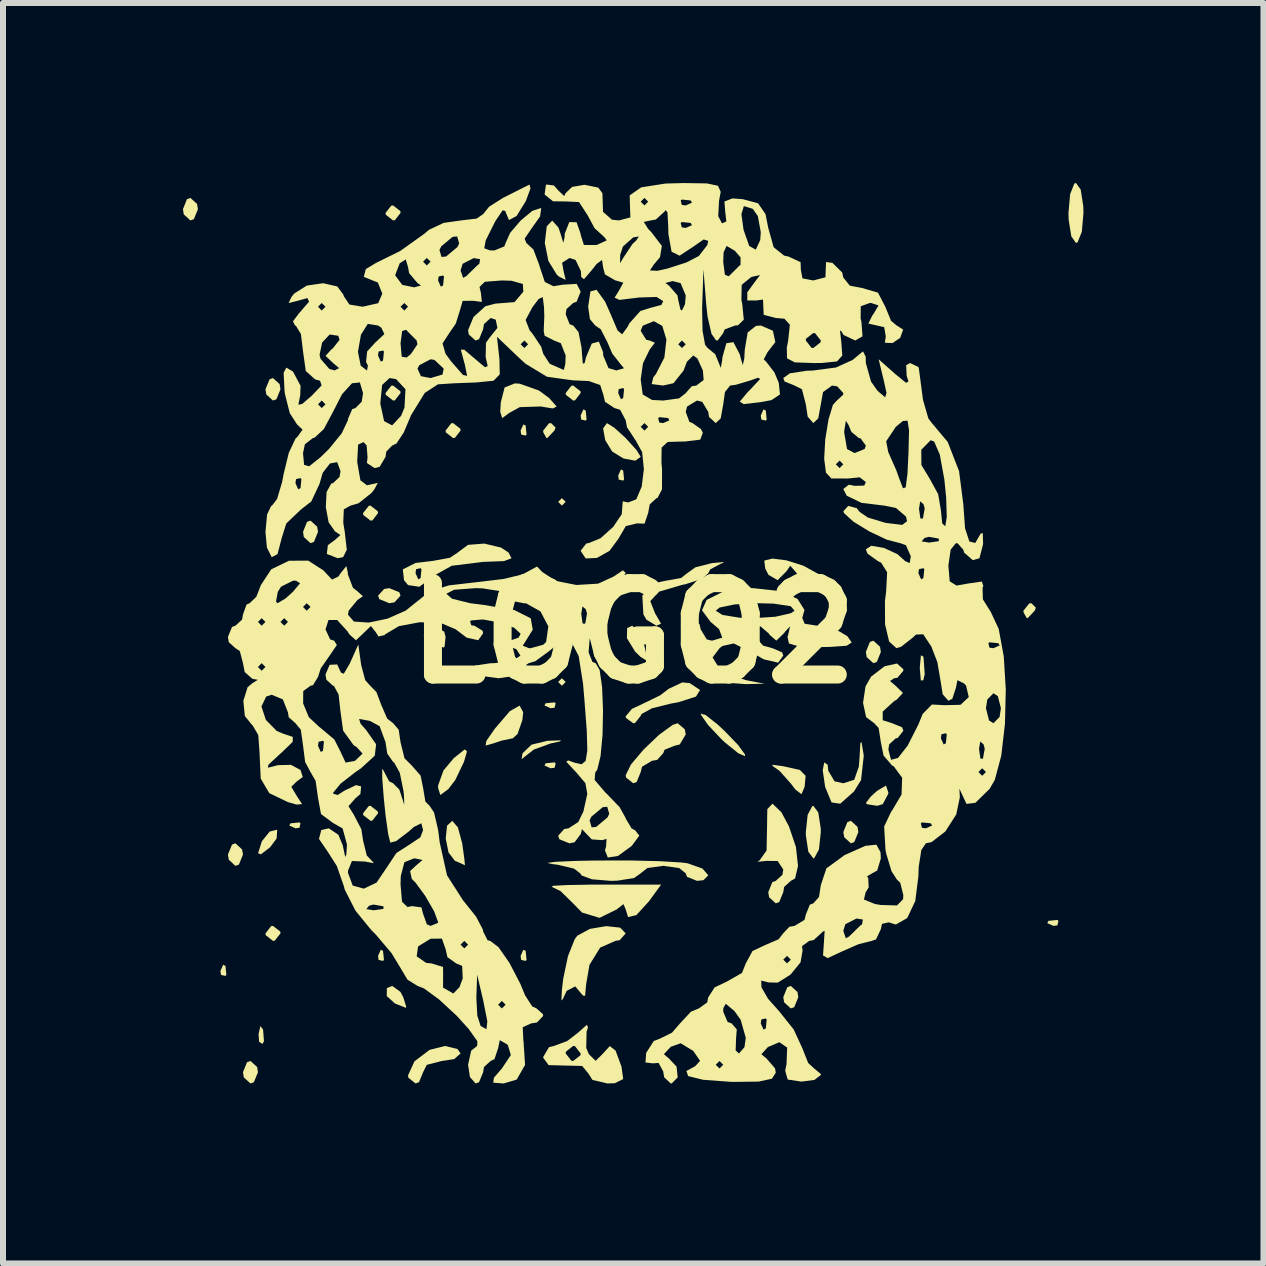
<source format=kicad_pcb>
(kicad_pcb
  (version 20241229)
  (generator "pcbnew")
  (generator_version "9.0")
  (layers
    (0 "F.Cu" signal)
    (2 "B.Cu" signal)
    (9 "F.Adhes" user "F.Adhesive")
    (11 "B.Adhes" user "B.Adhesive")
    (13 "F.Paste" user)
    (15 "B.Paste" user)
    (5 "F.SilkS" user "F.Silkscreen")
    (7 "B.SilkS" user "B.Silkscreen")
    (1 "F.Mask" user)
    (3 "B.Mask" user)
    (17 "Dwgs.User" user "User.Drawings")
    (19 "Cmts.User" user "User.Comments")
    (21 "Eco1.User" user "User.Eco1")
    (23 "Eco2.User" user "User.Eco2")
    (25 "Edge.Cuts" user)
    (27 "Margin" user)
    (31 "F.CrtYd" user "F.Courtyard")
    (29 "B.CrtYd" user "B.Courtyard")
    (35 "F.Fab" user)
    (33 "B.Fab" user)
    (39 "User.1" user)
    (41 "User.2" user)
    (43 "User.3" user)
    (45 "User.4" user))
  (footprint "LOGO2"
    (layer "F.Cu")
    (at 7.507 7.507)
    (property "Reference" "LOGO2" (at 0 0 0) (layer "F.SilkS") (effects (font (size 1.524 1.524) (thickness 0.3))))
    (attr board_only exclude_from_pos_files exclude_from_bom)
    (fp_poly (pts (xy -1.126 -2.19) (xy -1.189 -2.127) (xy -1.251 -2.19) (xy -1.189 -2.252)) (stroke (width 0) (type solid)) (fill yes) (layer "F.SilkS"))
    (fp_poly (pts (xy -1.126 0.813) (xy -1.189 0.876) (xy -1.251 0.813) (xy -1.189 0.751)) (stroke (width 0) (type solid)) (fill yes) (layer "F.SilkS"))
    (fp_poly (pts (xy -6.798 5.547) (xy -6.783 5.696) (xy -6.798 5.714) (xy -6.873 5.697) (xy -6.882 5.631) (xy -6.836 5.528)) (stroke (width 0) (type solid)) (fill yes) (layer "F.SilkS"))
    (fp_poly (pts (xy -6.171 6.608) (xy -6.156 6.804) (xy -6.181 6.848) (xy -6.237 6.811) (xy -6.246 6.684) (xy -6.216 6.55)) (stroke (width 0) (type solid)) (fill yes) (layer "F.SilkS"))
    (fp_poly (pts (xy -5.547 3.17) (xy -5.564 3.244) (xy -5.631 3.253) (xy -5.734 3.207) (xy -5.714 3.17) (xy -5.565 3.155)) (stroke (width 0) (type solid)) (fill yes) (layer "F.SilkS"))
    (fp_poly (pts (xy -4.171 5.297) (xy -4.156 5.445) (xy -4.171 5.464) (xy -4.245 5.447) (xy -4.254 5.38) (xy -4.208 5.277)) (stroke (width 0) (type solid)) (fill yes) (layer "F.SilkS"))
    (fp_poly (pts (xy -1.793 -3.462) (xy -1.778 -3.313) (xy -1.793 -3.295) (xy -1.868 -3.312) (xy -1.877 -3.378) (xy -1.831 -3.481)) (stroke (width 0) (type solid)) (fill yes) (layer "F.SilkS"))
    (fp_poly (pts (xy -1.793 5.297) (xy -1.778 5.445) (xy -1.793 5.464) (xy -1.868 5.447) (xy -1.877 5.38) (xy -1.831 5.277)) (stroke (width 0) (type solid)) (fill yes) (layer "F.SilkS"))
    (fp_poly (pts (xy -1.293 1.168) (xy -1.31 1.242) (xy -1.376 1.251) (xy -1.479 1.205) (xy -1.46 1.168) (xy -1.311 1.153)) (stroke (width 0) (type solid)) (fill yes) (layer "F.SilkS"))
    (fp_poly (pts (xy -1.293 2.169) (xy -1.31 2.243) (xy -1.376 2.252) (xy -1.479 2.206) (xy -1.46 2.169) (xy -1.311 2.154)) (stroke (width 0) (type solid)) (fill yes) (layer "F.SilkS"))
    (fp_poly (pts (xy -0.792 -3.712) (xy -0.777 -3.563) (xy -0.792 -3.545) (xy -0.867 -3.562) (xy -0.876 -3.629) (xy -0.83 -3.732)) (stroke (width 0) (type solid)) (fill yes) (layer "F.SilkS"))
    (fp_poly (pts (xy -0.167 -2.711) (xy -0.152 -2.563) (xy -0.167 -2.544) (xy -0.241 -2.561) (xy -0.25 -2.628) (xy -0.204 -2.731)) (stroke (width 0) (type solid)) (fill yes) (layer "F.SilkS"))
    (fp_poly (pts (xy 2.211 -3.712) (xy 2.225 -3.563) (xy 2.211 -3.545) (xy 2.136 -3.562) (xy 2.127 -3.629) (xy 2.173 -3.732)) (stroke (width 0) (type solid)) (fill yes) (layer "F.SilkS"))
    (fp_poly (pts (xy 7.09 4.796) (xy 7.073 4.871) (xy 7.007 4.88) (xy 6.904 4.834) (xy 6.923 4.796) (xy 7.072 4.781)) (stroke (width 0) (type solid)) (fill yes) (layer "F.SilkS"))
    (fp_poly (pts (xy -7.271 -7.156) (xy -7.257 -7.069) (xy -7.325 -6.903) (xy -7.382 -6.882) (xy -7.493 -6.983) (xy -7.507 -7.069) (xy -7.44 -7.236) (xy -7.382 -7.257)) (stroke (width 0) (type solid)) (fill yes) (layer "F.SilkS"))
    (fp_poly (pts (xy -6.521 3.605) (xy -6.506 3.691) (xy -6.574 3.858) (xy -6.632 3.879) (xy -6.743 3.777) (xy -6.757 3.691) (xy -6.689 3.525) (xy -6.632 3.503)) (stroke (width 0) (type solid)) (fill yes) (layer "F.SilkS"))
    (fp_poly (pts (xy -6.27 7.233) (xy -6.256 7.32) (xy -6.324 7.486) (xy -6.381 7.507) (xy -6.492 7.406) (xy -6.506 7.32) (xy -6.439 7.153) (xy -6.381 7.132)) (stroke (width 0) (type solid)) (fill yes) (layer "F.SilkS"))
    (fp_poly (pts (xy -5.935 3.282) (xy -5.945 3.423) (xy -6.054 3.569) (xy -6.207 3.687) (xy -6.254 3.669) (xy -6.191 3.469) (xy -6.061 3.307) (xy -5.941 3.277)) (stroke (width 0) (type solid)) (fill yes) (layer "F.SilkS"))
    (fp_poly (pts (xy -5.895 -4.153) (xy -5.881 -4.067) (xy -5.948 -3.9) (xy -6.006 -3.879) (xy -6.117 -3.98) (xy -6.131 -4.067) (xy -6.063 -4.233) (xy -6.006 -4.254)) (stroke (width 0) (type solid)) (fill yes) (layer "F.SilkS"))
    (fp_poly (pts (xy -5.884 4.975) (xy -5.881 5.005) (xy -5.976 5.126) (xy -6.006 5.13) (xy -6.127 5.035) (xy -6.131 5.005) (xy -6.036 4.883) (xy -6.006 4.88)) (stroke (width 0) (type solid)) (fill yes) (layer "F.SilkS"))
    (fp_poly (pts (xy -5.269 -1.776) (xy -5.255 -1.689) (xy -5.323 -1.523) (xy -5.38 -1.501) (xy -5.491 -1.603) (xy -5.505 -1.689) (xy -5.438 -1.856) (xy -5.38 -1.877)) (stroke (width 0) (type solid)) (fill yes) (layer "F.SilkS"))
    (fp_poly (pts (xy -4.258 -2.032) (xy -4.254 -2.002) (xy -4.349 -1.88) (xy -4.379 -1.877) (xy -4.501 -1.972) (xy -4.504 -2.002) (xy -4.409 -2.123) (xy -4.379 -2.127)) (stroke (width 0) (type solid)) (fill yes) (layer "F.SilkS"))
    (fp_poly (pts (xy -4.258 2.973) (xy -4.254 3.003) (xy -4.349 3.124) (xy -4.379 3.128) (xy -4.501 3.033) (xy -4.504 3.003) (xy -4.409 2.881) (xy -4.379 2.878)) (stroke (width 0) (type solid)) (fill yes) (layer "F.SilkS"))
    (fp_poly (pts (xy -3.9 -0.683) (xy -3.879 -0.626) (xy -3.98 -0.515) (xy -4.067 -0.5) (xy -4.233 -0.568) (xy -4.254 -0.626) (xy -4.153 -0.737) (xy -4.067 -0.751)) (stroke (width 0) (type solid)) (fill yes) (layer "F.SilkS"))
    (fp_poly (pts (xy -3.882 -7.037) (xy -3.879 -7.007) (xy -3.974 -6.885) (xy -4.004 -6.882) (xy -4.125 -6.977) (xy -4.129 -7.007) (xy -4.034 -7.128) (xy -4.004 -7.132)) (stroke (width 0) (type solid)) (fill yes) (layer "F.SilkS"))
    (fp_poly (pts (xy -3.882 -4.034) (xy -3.879 -4.004) (xy -3.974 -3.882) (xy -4.004 -3.879) (xy -4.125 -3.974) (xy -4.129 -4.004) (xy -4.034 -4.125) (xy -4.004 -4.129)) (stroke (width 0) (type solid)) (fill yes) (layer "F.SilkS"))
    (fp_poly (pts (xy -2.881 -3.408) (xy -2.878 -3.378) (xy -2.973 -3.257) (xy -3.003 -3.253) (xy -3.124 -3.348) (xy -3.128 -3.378) (xy -3.033 -3.5) (xy -3.003 -3.503)) (stroke (width 0) (type solid)) (fill yes) (layer "F.SilkS"))
    (fp_poly (pts (xy -1.294 -3.427) (xy -1.314 -3.378) (xy -1.426 -3.259) (xy -1.446 -3.253) (xy -1.5 -3.35) (xy -1.501 -3.378) (xy -1.405 -3.499) (xy -1.369 -3.503)) (stroke (width 0) (type solid)) (fill yes) (layer "F.SilkS"))
    (fp_poly (pts (xy -0.879 -4.034) (xy -0.876 -4.004) (xy -0.971 -3.882) (xy -1.001 -3.879) (xy -1.122 -3.974) (xy -1.126 -4.004) (xy -1.031 -4.125) (xy -1.001 -4.129)) (stroke (width 0) (type solid)) (fill yes) (layer "F.SilkS"))
    (fp_poly (pts (xy 2.739 5.982) (xy 2.753 6.068) (xy 2.685 6.235) (xy 2.628 6.256) (xy 2.517 6.155) (xy 2.502 6.068) (xy 2.57 5.902) (xy 2.628 5.881)) (stroke (width 0) (type solid)) (fill yes) (layer "F.SilkS"))
    (fp_poly (pts (xy 3.74 3.229) (xy 3.754 3.316) (xy 3.686 3.482) (xy 3.629 3.503) (xy 3.518 3.402) (xy 3.503 3.316) (xy 3.571 3.149) (xy 3.629 3.128)) (stroke (width 0) (type solid)) (fill yes) (layer "F.SilkS"))
    (fp_poly (pts (xy 4.115 0.226) (xy 4.129 0.313) (xy 4.062 0.479) (xy 4.004 0.5) (xy 3.893 0.399) (xy 3.879 0.313) (xy 3.946 0.146) (xy 4.004 0.125)) (stroke (width 0) (type solid)) (fill yes) (layer "F.SilkS"))
    (fp_poly (pts (xy 4.835 0.388) (xy 4.841 0.409) (xy 4.86 0.682) (xy 4.837 0.784) (xy 4.796 0.789) (xy 4.779 0.593) (xy 4.779 0.563) (xy 4.797 0.369)) (stroke (width 0) (type solid)) (fill yes) (layer "F.SilkS"))
    (fp_poly (pts (xy 6.714 -0.424) (xy 6.694 -0.375) (xy 6.582 -0.256) (xy 6.562 -0.25) (xy 6.508 -0.347) (xy 6.506 -0.375) (xy 6.603 -0.496) (xy 6.639 -0.5)) (stroke (width 0) (type solid)) (fill yes) (layer "F.SilkS"))
    (fp_poly (pts (xy -3.881 5.98) (xy -3.834 6.068) (xy -3.785 6.226) (xy -3.789 6.246) (xy -3.911 6.198) (xy -3.973 6.173) (xy -4.109 6.05) (xy -4.107 5.917) (xy -4.017 5.881)) (stroke (width 0) (type solid)) (fill yes) (layer "F.SilkS"))
    (fp_poly (pts (xy -3.15 -0.025) (xy -3.128 0.063) (xy -3.145 0.224) (xy -3.159 0.24) (xy -3.286 0.192) (xy -3.347 0.167) (xy -3.493 0.035) (xy -3.444 -0.094) (xy -3.316 -0.125)) (stroke (width 0) (type solid)) (fill yes) (layer "F.SilkS"))
    (fp_poly (pts (xy -1.221 1.805) (xy -1.376 1.838) (xy -1.656 1.94) (xy -1.793 2.046) (xy -1.861 2.101) (xy -1.845 2.002) (xy -1.695 1.858) (xy -1.429 1.794) (xy -1.205 1.786)) (stroke (width 0) (type solid)) (fill yes) (layer "F.SilkS"))
    (fp_poly (pts (xy 0.084 -0.024) (xy 0.182 0.191) (xy 0.229 0.393) (xy 0.214 0.451) (xy 0.121 0.394) (xy 0.031 0.305) (xy -0.105 0.083) (xy -0.101 -0.085) (xy -0.015 -0.125)) (stroke (width 0) (type solid)) (fill yes) (layer "F.SilkS"))
    (fp_poly (pts (xy 4.254 2.655) (xy 4.254 2.675) (xy 4.161 2.85) (xy 4.067 2.878) (xy 3.9 2.852) (xy 3.879 2.831) (xy 3.962 2.723) (xy 4.067 2.628) (xy 4.215 2.54)) (stroke (width 0) (type solid)) (fill yes) (layer "F.SilkS"))
    (fp_poly (pts (xy -2.771 1.97) (xy -2.821 2.144) (xy -2.966 2.447) (xy -3.082 2.599) (xy -3.216 2.698) (xy -3.253 2.579) (xy -3.253 2.539) (xy -3.163 2.288) (xy -2.992 2.084) (xy -2.808 1.937)) (stroke (width 0) (type solid)) (fill yes) (layer "F.SilkS"))
    (fp_poly (pts (xy -0.314 -3.425) (xy -0.125 -3.253) (xy 0.057 -3.052) (xy 0.125 -2.94) (xy 0.035 -2.876) (xy -0.162 -2.913) (xy -0.35 -3.028) (xy -0.466 -3.218) (xy -0.502 -3.414) (xy -0.438 -3.503)) (stroke (width 0) (type solid)) (fill yes) (layer "F.SilkS"))
    (fp_poly (pts (xy 2.502 2.218) (xy 2.78 2.281) (xy 2.875 2.378) (xy 2.858 2.562) (xy 2.806 2.684) (xy 2.704 2.607) (xy 2.634 2.514) (xy 2.444 2.299) (xy 2.322 2.212) (xy 2.323 2.194)) (stroke (width 0) (type solid)) (fill yes) (layer "F.SilkS"))
    (fp_poly (pts (xy -1.834 1.318) (xy -1.848 1.45) (xy -1.928 1.68) (xy -2.006 1.752) (xy -2.198 1.792) (xy -2.327 1.836) (xy -2.461 1.873) (xy -2.448 1.796) (xy -2.306 1.591) (xy -2.057 1.3) (xy -1.894 1.207)) (stroke (width 0) (type solid)) (fill yes) (layer "F.SilkS"))
    (fp_poly (pts (xy -2.923 3.237) (xy -2.852 3.499) (xy -2.851 3.503) (xy -2.815 3.763) (xy -2.805 3.869) (xy -2.806 3.869) (xy -2.91 3.821) (xy -2.972 3.796) (xy -3.079 3.656) (xy -3.126 3.423) (xy -3.103 3.209) (xy -3.017 3.128)) (stroke (width 0) (type solid)) (fill yes) (layer "F.SilkS"))
    (fp_poly (pts (xy 1.205 1.362) (xy 1.404 1.519) (xy 1.521 1.627) (xy 1.749 1.864) (xy 1.864 2.022) (xy 1.865 2.05) (xy 1.753 2.002) (xy 1.536 1.827) (xy 1.47 1.766) (xy 1.248 1.53) (xy 1.131 1.363) (xy 1.126 1.343)) (stroke (width 0) (type solid)) (fill yes) (layer "F.SilkS"))
    (fp_poly (pts (xy 3.086 2.988) (xy 3.127 3.258) (xy 3.128 3.316) (xy 3.097 3.605) (xy 3.019 3.75) (xy 3.003 3.754) (xy 2.92 3.644) (xy 2.879 3.373) (xy 2.878 3.316) (xy 2.909 3.026) (xy 2.987 2.882) (xy 3.003 2.878)) (stroke (width 0) (type solid)) (fill yes) (layer "F.SilkS"))
    (fp_poly (pts (xy 7.461 -7.396) (xy 7.504 -7.119) (xy 7.507 -7.007) (xy 7.48 -6.693) (xy 7.41 -6.519) (xy 7.382 -6.506) (xy 7.304 -6.617) (xy 7.26 -6.895) (xy 7.257 -7.007) (xy 7.285 -7.32) (xy 7.354 -7.495) (xy 7.382 -7.507)) (stroke (width 0) (type solid)) (fill yes) (layer "F.SilkS"))
    (fp_poly (pts (xy -2.929 6.933) (xy -2.878 7.007) (xy -2.985 7.101) (xy -3.191 7.132) (xy -3.442 7.197) (xy -3.503 7.32) (xy -3.571 7.486) (xy -3.629 7.507) (xy -3.749 7.411) (xy -3.754 7.373) (xy -3.647 7.138) (xy -3.395 6.947) (xy -3.137 6.882)) (stroke (width 0) (type solid)) (fill yes) (layer "F.SilkS"))
    (fp_poly (pts (xy -1.893 -4.16) (xy -1.572 -4.046) (xy -1.401 -3.921) (xy -1.276 -3.779) (xy -1.34 -3.747) (xy -1.542 -3.78) (xy -1.891 -3.769) (xy -2.064 -3.674) (xy -2.184 -3.586) (xy -2.217 -3.691) (xy -2.208 -3.846) (xy -2.144 -4.097) (xy -1.974 -4.165)) (stroke (width 0) (type solid)) (fill yes) (layer "F.SilkS"))
    (fp_poly (pts (xy 0.264 4.469) (xy 0.053 4.7) (xy -0.086 4.733) (xy -0.125 4.605) (xy -0.162 4.517) (xy -0.275 4.605) (xy -0.561 4.746) (xy -0.854 4.657) (xy -0.998 4.509) (xy -1.21 4.301) (xy -1.361 4.227) (xy -1.334 4.211) (xy -1.103 4.199) (xy -0.712 4.192) (xy -0.541 4.192) (xy 0.465 4.192)) (stroke (width 0) (type solid)) (fill yes) (layer "F.SilkS"))
    (fp_poly (pts (xy 0.942 0.832) (xy 1.115 0.947) (xy 1.047 1.057) (xy 0.75 1.152) (xy 0.626 1.174) (xy 0.313 1.252) (xy 0.138 1.348) (xy 0.125 1.378) (xy 0.03 1.498) (xy 0 1.501) (xy -0.122 1.412) (xy -0.125 1.385) (xy -0.021 1.261) (xy 0.151 1.181) (xy 0.448 1.037) (xy 0.592 0.927) (xy 0.82 0.82)) (stroke (width 0) (type solid)) (fill yes) (layer "F.SilkS"))
    (fp_poly (pts (xy 0.861 1.603) (xy 0.876 1.689) (xy 0.776 1.855) (xy 0.688 1.877) (xy 0.522 1.944) (xy 0.5 2.002) (xy 0.399 2.113) (xy 0.313 2.127) (xy 0.147 2.227) (xy 0.125 2.315) (xy 0.058 2.481) (xy 0 2.502) (xy -0.12 2.406) (xy -0.125 2.368) (xy -0.038 2.19) (xy 0.173 1.94) (xy 0.431 1.694) (xy 0.658 1.529) (xy 0.741 1.501)) (stroke (width 0) (type solid)) (fill yes) (layer "F.SilkS"))
    (fp_poly (pts (xy 3.841 2.021) (xy 3.844 2.044) (xy 3.799 2.449) (xy 3.681 2.639) (xy 3.452 2.843) (xy 3.307 2.822) (xy 3.203 2.57) (xy 3.198 2.55) (xy 3.16 2.285) (xy 3.185 2.154) (xy 3.242 2.193) (xy 3.253 2.294) (xy 3.357 2.469) (xy 3.503 2.502) (xy 3.685 2.444) (xy 3.762 2.225) (xy 3.772 2.096) (xy 3.787 1.834) (xy 3.806 1.812)) (stroke (width 0) (type solid)) (fill yes) (layer "F.SilkS"))
    (fp_poly (pts (xy 2.553 -1.215) (xy 2.835 -1.126) (xy 3.117 -0.971) (xy 3.35 -0.792) (xy 3.489 -0.628) (xy 3.484 -0.521) (xy 3.392 -0.5) (xy 3.255 -0.6) (xy 3.208 -0.688) (xy 3.047 -0.855) (xy 2.955 -0.876) (xy 2.745 -0.97) (xy 2.701 -1.032) (xy 2.618 -1.124) (xy 2.555 -1.032) (xy 2.408 -0.884) (xy 2.255 -0.973) (xy 2.201 -1.08) (xy 2.186 -1.211) (xy 2.32 -1.244)) (stroke (width 0) (type solid)) (fill yes) (layer "F.SilkS"))
    (fp_poly (pts (xy -0.218 4.909) (xy -0.125 5.005) (xy -0.225 5.118) (xy -0.297 5.13) (xy -0.551 5.242) (xy -0.729 5.53) (xy -0.784 5.85) (xy -0.802 6.046) (xy -0.841 6.04) (xy -0.842 6.037) (xy -0.966 5.889) (xy -1.109 5.963) (xy -1.173 6.1) (xy -1.197 6.124) (xy -1.188 5.942) (xy -1.167 5.763) (xy -1.088 5.385) (xy -0.975 5.102) (xy -0.932 5.043) (xy -0.722 4.93) (xy -0.45 4.884)) (stroke (width 0) (type solid)) (fill yes) (layer "F.SilkS"))
    (fp_poly (pts (xy 1.493 -1.169) (xy 1.47 -1.163) (xy 1.285 -1.065) (xy 1.251 -0.998) (xy 1.142 -0.905) (xy 0.873 -0.817) (xy 0.812 -0.805) (xy 0.429 -0.692) (xy 0.285 -0.534) (xy 0.369 -0.321) (xy 0.38 -0.307) (xy 0.464 -0.158) (xy 0.387 -0.125) (xy 0.221 -0.225) (xy 0.17 -0.313) (xy 0.152 -0.626) (xy 0.334 -0.831) (xy 0.549 -0.876) (xy 0.798 -0.92) (xy 0.897 -0.998) (xy 1.038 -1.099) (xy 1.314 -1.169) (xy 1.508 -1.187)) (stroke (width 0) (type solid)) (fill yes) (layer "F.SilkS"))
    (fp_poly (pts (xy 2.47 2.984) (xy 2.596 3.218) (xy 2.713 3.564) (xy 2.748 3.88) (xy 2.699 4.089) (xy 2.628 4.129) (xy 2.517 4.23) (xy 2.502 4.317) (xy 2.435 4.483) (xy 2.377 4.504) (xy 2.266 4.403) (xy 2.252 4.317) (xy 2.32 4.15) (xy 2.377 4.129) (xy 2.488 4.028) (xy 2.502 3.939) (xy 2.408 3.798) (xy 2.221 3.796) (xy 2.068 3.812) (xy 2.108 3.787) (xy 2.224 3.622) (xy 2.231 3.257) (xy 2.236 2.934) (xy 2.322 2.842)) (stroke (width 0) (type solid)) (fill yes) (layer "F.SilkS"))
    (fp_poly (pts (xy -2.205 -1.428) (xy -2.078 -1.345) (xy -2.029 -1.249) (xy -2.155 -1.202) (xy -2.492 -1.189) (xy -2.502 -1.189) (xy -3.026 -1.124) (xy -3.302 -0.97) (xy -3.565 -0.774) (xy -3.754 -0.802) (xy -3.821 -0.884) (xy -3.834 -1.001) (xy -3.629 -1.001) (xy -3.583 -0.898) (xy -3.545 -0.918) (xy -3.53 -1.066) (xy -3.545 -1.084) (xy -3.62 -1.067) (xy -3.629 -1.001) (xy -3.834 -1.001) (xy -3.841 -1.064) (xy -3.629 -1.171) (xy -3.343 -1.205) (xy -3.055 -1.258) (xy -2.905 -1.359) (xy -2.903 -1.363) (xy -2.753 -1.473) (xy -2.483 -1.494)) (stroke (width 0) (type solid)) (fill yes) (layer "F.SilkS"))
    (fp_poly (pts (xy 0.439 3.801) (xy 0.805 3.823) (xy 0.907 3.836) (xy 1.154 3.924) (xy 1.252 4.036) (xy 1.171 4.118) (xy 1.064 4.129) (xy 0.897 4.062) (xy 0.876 4.004) (xy 0.767 3.916) (xy 0.505 3.879) (xy 0.5 3.879) (xy 0.237 3.915) (xy 0.125 4.002) (xy 0.125 4.004) (xy 0.014 4.082) (xy -0.263 4.126) (xy -0.375 4.129) (xy -0.689 4.103) (xy -0.863 4.038) (xy -0.876 4.011) (xy -0.986 3.925) (xy -1.261 3.86) (xy -1.345 3.85) (xy -1.432 3.83) (xy -1.298 3.812) (xy -0.971 3.797) (xy -0.626 3.79) (xy -0.063 3.789)) (stroke (width 0) (type solid)) (fill yes) (layer "F.SilkS"))
    (fp_poly (pts (xy -0.754 6.575) (xy -0.777 6.643) (xy -0.783 6.915) (xy -0.739 7.018) (xy -0.626 7.13) (xy -0.51 7.015) (xy -0.507 7.011) (xy -0.39 6.884) (xy -0.294 6.959) (xy -0.195 7.226) (xy -0.167 7.433) (xy -0.306 7.503) (xy -0.429 7.507) (xy -0.678 7.449) (xy -0.751 7.336) (xy -0.851 7.215) (xy -1.126 7.209) (xy -1.41 7.201) (xy -1.501 7.077) (xy -1.501 7.067) (xy -1.466 7.007) (xy -1.126 7.007) (xy -1.031 7.128) (xy -1.001 7.132) (xy -0.879 7.037) (xy -0.876 7.007) (xy -0.971 6.885) (xy -1.001 6.882) (xy -1.122 6.977) (xy -1.126 7.007) (xy -1.466 7.007) (xy -1.405 6.903) (xy -1.323 6.882) (xy -1.101 6.8) (xy -0.923 6.663) (xy -0.771 6.528)) (stroke (width 0) (type solid)) (fill yes) (layer "F.SilkS"))
    (fp_poly (pts (xy 2.442 -0.702) (xy 2.74 -0.572) (xy 2.856 -0.387) (xy 2.819 -0.256) (xy 2.858 -0.158) (xy 3.067 -0.125) (xy 3.385 -0.061) (xy 3.572 0.051) (xy 3.643 0.155) (xy 3.56 0.209) (xy 3.281 0.229) (xy 3.132 0.231) (xy 2.766 0.221) (xy 2.597 0.172) (xy 2.573 0.064) (xy 2.584 0.024) (xy 2.616 -0.115) (xy 2.54 -0.034) (xy 2.514 0) (xy 2.386 0.124) (xy 2.276 0.029) (xy 2.259 0.004) (xy 2.122 -0.114) (xy 2.059 -0.099) (xy 2.033 0.06) (xy 2.166 0.207) (xy 2.322 0.25) (xy 2.484 0.32) (xy 2.502 0.375) (xy 2.417 0.492) (xy 2.178 0.436) (xy 1.934 0.298) (xy 1.675 0.171) (xy 1.488 0.213) (xy 1.442 0.248) (xy 1.324 0.404) (xy 1.422 0.564) (xy 1.673 0.717) (xy 1.888 0.785) (xy 2.19 0.842) (xy 1.877 0.849) (xy 1.557 0.826) (xy 1.379 0.783) (xy 1.127 0.614) (xy 0.928 0.362) (xy 0.808 0.091) (xy 0.795 -0.133) (xy 0.914 -0.247) (xy 0.956 -0.25) (xy 1.106 -0.15) (xy 1.126 -0.063) (xy 1.226 0.103) (xy 1.314 0.125) (xy 1.485 0.074) (xy 1.432 -0.067) (xy 1.287 -0.192) (xy 1.152 -0.375) (xy 1.376 -0.375) (xy 1.489 -0.304) (xy 1.776 -0.258) (xy 1.995 -0.25) (xy 2.368 -0.274) (xy 2.628 -0.333) (xy 2.69 -0.375) (xy 2.626 -0.45) (xy 2.341 -0.493) (xy 2.072 -0.5) (xy 1.693 -0.48) (xy 1.44 -0.428) (xy 1.376 -0.375) (xy 1.152 -0.375) (xy 1.147 -0.382) (xy 1.224 -0.555) (xy 1.486 -0.686) (xy 1.899 -0.749) (xy 2.002 -0.751)) (stroke (width 0) (type solid)) (fill yes) (layer "F.SilkS"))
    (fp_poly (pts (xy 3.876 -4.611) (xy 3.879 -4.504) (xy 3.965 -4.196) (xy 4.073 -4.042) (xy 4.201 -3.933) (xy 4.223 -4.006) (xy 4.179 -4.208) (xy 4.092 -4.567) (xy 4.366 -4.324) (xy 4.549 -4.175) (xy 4.59 -4.197) (xy 4.559 -4.292) (xy 4.551 -4.469) (xy 4.616 -4.504) (xy 4.755 -4.438) (xy 4.763 -4.411) (xy 4.832 -3.889) (xy 4.921 -3.581) (xy 4.97 -3.515) (xy 5.244 -3.188) (xy 5.433 -2.702) (xy 5.505 -2.141) (xy 5.505 -2.131) (xy 5.533 -1.748) (xy 5.605 -1.529) (xy 5.703 -1.504) (xy 5.792 -1.658) (xy 5.828 -1.671) (xy 5.834 -1.486) (xy 5.773 -1.249) (xy 5.662 -1.218) (xy 5.517 -1.344) (xy 5.505 -1.39) (xy 5.41 -1.498) (xy 5.38 -1.501) (xy 5.293 -1.393) (xy 5.255 -1.13) (xy 5.255 -1.124) (xy 5.277 -0.865) (xy 5.39 -0.794) (xy 5.587 -0.829) (xy 5.813 -0.861) (xy 5.838 -0.784) (xy 5.825 -0.761) (xy 5.83 -0.565) (xy 5.962 -0.354) (xy 6.094 -0.071) (xy 6.178 0.385) (xy 6.212 0.937) (xy 6.198 1.514) (xy 6.137 2.041) (xy 6.029 2.445) (xy 5.942 2.596) (xy 5.705 2.828) (xy 5.557 2.846) (xy 5.469 2.659) (xy 5.439 2.593) (xy 5.446 2.736) (xy 5.386 3.022) (xy 5.205 3.305) (xy 4.974 3.483) (xy 4.88 3.503) (xy 4.804 3.615) (xy 4.76 3.897) (xy 4.755 4.051) (xy 4.703 4.466) (xy 4.568 4.75) (xy 4.379 4.857) (xy 4.26 4.821) (xy 4.148 4.846) (xy 4.129 4.935) (xy 4.048 5.106) (xy 3.973 5.131) (xy 3.755 5.186) (xy 3.477 5.308) (xy 3.243 5.417) (xy 3.165 5.373) (xy 3.18 5.151) (xy 3.192 4.963) (xy 3.503 4.963) (xy 3.545 5.086) (xy 3.597 5.059) (xy 3.786 4.875) (xy 3.816 4.852) (xy 3.829 4.774) (xy 3.722 4.757) (xy 3.537 4.852) (xy 3.503 4.963) (xy 3.192 4.963) (xy 3.192 4.962) (xy 3.166 4.973) (xy 3.165 4.974) (xy 3.008 5.117) (xy 2.935 5.13) (xy 2.815 5.217) (xy 2.824 5.294) (xy 2.79 5.488) (xy 2.622 5.693) (xy 2.41 5.826) (xy 2.26 5.823) (xy 2.135 5.792) (xy 2.138 5.903) (xy 2.249 6.096) (xy 2.431 6.3) (xy 2.676 6.607) (xy 2.82 6.919) (xy 2.917 7.165) (xy 3.017 7.257) (xy 3.127 7.349) (xy 3.128 7.367) (xy 3.021 7.448) (xy 2.806 7.476) (xy 2.576 7.442) (xy 2.534 7.295) (xy 2.556 7.187) (xy 2.567 6.909) (xy 2.436 6.819) (xy 2.246 6.9) (xy 2.137 7.02) (xy 2.221 7.089) (xy 2.365 7.255) (xy 2.377 7.328) (xy 2.313 7.428) (xy 2.09 7.476) (xy 1.666 7.481) (xy 1.627 7.48) (xy 1.167 7.446) (xy 0.916 7.384) (xy 0.887 7.299) (xy 1.032 7.22) (xy 1.056 7.195) (xy 1.376 7.195) (xy 1.439 7.257) (xy 1.501 7.195) (xy 1.439 7.132) (xy 1.376 7.195) (xy 1.056 7.195) (xy 1.115 7.13) (xy 1.001 6.964) (xy 0.791 6.837) (xy 0.626 6.896) (xy 0.512 7.019) (xy 0.594 7.089) (xy 0.723 7.226) (xy 0.742 7.406) (xy 0.642 7.506) (xy 0.626 7.507) (xy 0.517 7.405) (xy 0.5 7.306) (xy 0.423 7.164) (xy 0.327 7.172) (xy 0.205 7.157) (xy 0.216 6.998) (xy 0.343 6.799) (xy 0.451 6.757) (xy 0.647 6.66) (xy 0.78 6.506) (xy 0.963 6.31) (xy 0.963 6.31) (xy 1.501 6.31) (xy 1.574 6.482) (xy 1.641 6.506) (xy 1.727 6.605) (xy 1.715 6.757) (xy 1.708 6.956) (xy 1.763 7.007) (xy 1.855 6.902) (xy 1.877 6.748) (xy 1.809 6.506) (xy 2.127 6.506) (xy 2.173 6.609) (xy 2.211 6.59) (xy 2.225 6.441) (xy 2.211 6.423) (xy 2.136 6.44) (xy 2.127 6.506) (xy 1.809 6.506) (xy 1.791 6.444) (xy 1.689 6.301) (xy 1.544 6.179) (xy 1.503 6.249) (xy 1.501 6.31) (xy 0.963 6.31) (xy 1.094 6.256) (xy 1.234 6.156) (xy 1.251 6.071) (xy 1.358 5.905) (xy 1.564 5.807) (xy 1.814 5.664) (xy 1.877 5.505) (xy 1.911 5.443) (xy 2.502 5.443) (xy 2.565 5.505) (xy 2.628 5.443) (xy 2.565 5.38) (xy 2.502 5.443) (xy 1.911 5.443) (xy 1.989 5.299) (xy 2.19 5.204) (xy 2.424 5.103) (xy 2.502 5.003) (xy 2.604 4.894) (xy 2.69 4.88) (xy 2.856 4.78) (xy 2.878 4.692) (xy 2.945 4.526) (xy 3.003 4.504) (xy 3.098 4.398) (xy 3.128 4.201) (xy 3.221 3.921) (xy 3.523 3.7) (xy 3.871 3.545) (xy 4.055 3.526) (xy 4.123 3.65) (xy 4.129 3.754) (xy 4.068 3.957) (xy 3.983 4.004) (xy 3.899 4.054) (xy 3.919 4.086) (xy 3.926 4.238) (xy 3.875 4.322) (xy 3.847 4.441) (xy 4.031 4.515) (xy 4.126 4.531) (xy 4.398 4.539) (xy 4.499 4.436) (xy 4.504 4.368) (xy 4.452 4.16) (xy 4.397 4.108) (xy 4.307 3.969) (xy 4.22 3.68) (xy 4.206 3.61) (xy 4.184 3.222) (xy 4.209 3.17) (xy 4.796 3.17) (xy 4.814 3.244) (xy 4.88 3.253) (xy 4.983 3.207) (xy 4.963 3.17) (xy 4.815 3.155) (xy 4.796 3.17) (xy 4.209 3.17) (xy 4.302 2.973) (xy 4.313 2.962) (xy 4.474 2.69) (xy 4.484 2.41) (xy 4.414 2.315) (xy 5.756 2.315) (xy 5.818 2.377) (xy 5.881 2.315) (xy 5.818 2.252) (xy 5.756 2.315) (xy 4.414 2.315) (xy 4.344 2.219) (xy 4.317 2.207) (xy 4.174 2.04) (xy 4.129 1.818) (xy 4.092 1.581) (xy 4.019 1.501) (xy 3.883 1.399) (xy 3.832 1.161) (xy 3.873 0.888) (xy 3.966 0.724) (xy 4.192 0.551) (xy 4.398 0.505) (xy 4.502 0.599) (xy 4.504 0.626) (xy 4.405 0.743) (xy 4.348 0.753) (xy 4.282 0.797) (xy 4.379 0.88) (xy 4.497 0.996) (xy 4.397 1.105) (xy 4.348 1.135) (xy 4.16 1.307) (xy 4.16 1.451) (xy 4.317 1.501) (xy 4.483 1.569) (xy 4.504 1.627) (xy 4.409 1.748) (xy 4.379 1.752) (xy 4.268 1.853) (xy 4.254 1.939) (xy 4.299 2.111) (xy 4.415 2.08) (xy 4.533 1.929) (xy 5.766 1.929) (xy 5.789 2.091) (xy 5.831 2.093) (xy 5.861 1.926) (xy 5.841 1.853) (xy 5.786 1.806) (xy 5.766 1.929) (xy 4.533 1.929) (xy 4.576 1.874) (xy 4.638 1.752) (xy 5.13 1.752) (xy 5.176 1.855) (xy 5.213 1.835) (xy 5.228 1.687) (xy 5.213 1.668) (xy 5.139 1.685) (xy 5.13 1.752) (xy 4.638 1.752) (xy 4.756 1.519) (xy 4.826 1.346) (xy 4.919 1.251) (xy 5.881 1.251) (xy 5.933 1.455) (xy 6.006 1.501) (xy 6.108 1.397) (xy 6.131 1.251) (xy 6.079 1.048) (xy 6.006 1.001) (xy 5.904 1.106) (xy 5.881 1.251) (xy 4.919 1.251) (xy 4.98 1.189) (xy 5.193 1.2) (xy 5.457 1.194) (xy 5.595 1.065) (xy 5.55 0.875) (xy 5.52 0.84) (xy 5.406 0.783) (xy 5.38 0.913) (xy 5.32 1.095) (xy 5.255 1.126) (xy 5.16 1.019) (xy 5.13 0.828) (xy 5.071 0.483) (xy 4.97 0.221) (xy 4.934 0.167) (xy 5.922 0.167) (xy 5.94 0.241) (xy 6.006 0.25) (xy 6.109 0.204) (xy 6.089 0.167) (xy 5.941 0.152) (xy 5.922 0.167) (xy 4.934 0.167) (xy 4.835 0.018) (xy 4.715 0.023) (xy 4.652 0.081) (xy 4.467 0.226) (xy 4.389 0.25) (xy 4.267 0.139) (xy 4.199 -0.147) (xy 4.197 -0.534) (xy 4.217 -0.695) (xy 4.233 -1.001) (xy 4.755 -1.001) (xy 4.8 -0.898) (xy 4.838 -0.918) (xy 4.853 -1.066) (xy 4.838 -1.084) (xy 4.764 -1.067) (xy 4.755 -1.001) (xy 4.233 -1.001) (xy 4.234 -1.016) (xy 4.134 -1.175) (xy 4.083 -1.2) (xy 3.907 -1.326) (xy 3.879 -1.398) (xy 3.97 -1.458) (xy 4.179 -1.422) (xy 4.404 -1.319) (xy 4.534 -1.203) (xy 4.61 -1.169) (xy 4.628 -1.283) (xy 4.546 -1.468) (xy 4.452 -1.501) (xy 4.336 -1.531) (xy 4.809 -1.531) (xy 4.932 -1.511) (xy 5.094 -1.534) (xy 5.096 -1.577) (xy 4.929 -1.607) (xy 4.856 -1.587) (xy 4.809 -1.531) (xy 4.336 -1.531) (xy 4.231 -1.558) (xy 3.94 -1.695) (xy 3.671 -1.86) (xy 3.515 -2.002) (xy 3.504 -2.033) (xy 3.584 -2.122) (xy 3.727 -2.085) (xy 3.775 -2.022) (xy 3.914 -1.928) (xy 4.196 -1.843) (xy 4.217 -1.838) (xy 4.486 -1.806) (xy 4.566 -1.867) (xy 4.548 -1.944) (xy 4.396 -2.075) (xy 4.765 -2.075) (xy 4.788 -1.913) (xy 4.83 -1.911) (xy 4.86 -2.078) (xy 4.84 -2.151) (xy 4.785 -2.198) (xy 4.765 -2.075) (xy 4.396 -2.075) (xy 4.381 -2.088) (xy 4.188 -2.127) (xy 3.807 -2.173) (xy 3.56 -2.292) (xy 3.503 -2.404) (xy 3.595 -2.476) (xy 3.691 -2.457) (xy 3.852 -2.461) (xy 3.879 -2.52) (xy 3.777 -2.599) (xy 3.579 -2.579) (xy 3.304 -2.58) (xy 3.214 -2.676) (xy 3.196 -2.815) (xy 3.378 -2.815) (xy 3.441 -2.753) (xy 3.503 -2.815) (xy 3.441 -2.878) (xy 3.378 -2.815) (xy 3.196 -2.815) (xy 3.184 -2.906) (xy 3.202 -3.232) (xy 3.221 -3.347) (xy 3.518 -3.347) (xy 3.565 -3.07) (xy 3.691 -3.003) (xy 3.858 -3.071) (xy 3.879 -3.128) (xy 3.826 -3.2) (xy 4.218 -3.2) (xy 4.252 -3.021) (xy 4.387 -2.715) (xy 4.429 -2.596) (xy 4.498 -2.417) (xy 4.543 -2.431) (xy 4.573 -2.66) (xy 4.59 -3.016) (xy 4.591 -3.058) (xy 4.803 -3.058) (xy 4.805 -2.804) (xy 4.936 -2.589) (xy 5.084 -2.32) (xy 5.13 -2.053) (xy 5.152 -1.83) (xy 5.203 -1.783) (xy 5.228 -1.937) (xy 5.218 -2.26) (xy 5.188 -2.56) (xy 5.112 -2.977) (xy 5.018 -3.195) (xy 4.959 -3.217) (xy 4.803 -3.058) (xy 4.591 -3.058) (xy 4.599 -3.384) (xy 4.574 -3.544) (xy 4.495 -3.537) (xy 4.378 -3.44) (xy 4.218 -3.2) (xy 3.826 -3.2) (xy 3.79 -3.25) (xy 3.763 -3.253) (xy 3.638 -3.356) (xy 3.59 -3.472) (xy 3.546 -3.542) (xy 3.519 -3.375) (xy 3.518 -3.347) (xy 3.221 -3.347) (xy 3.256 -3.563) (xy 3.33 -3.807) (xy 3.395 -3.879) (xy 3.5 -3.975) (xy 3.503 -4.004) (xy 3.402 -4.115) (xy 3.316 -4.129) (xy 3.165 -4.02) (xy 3.128 -3.816) (xy 3.085 -3.581) (xy 3.003 -3.503) (xy 2.909 -3.611) (xy 2.878 -3.816) (xy 2.813 -4.068) (xy 2.69 -4.129) (xy 2.524 -4.197) (xy 2.502 -4.254) (xy 2.613 -4.333) (xy 2.89 -4.376) (xy 2.994 -4.379) (xy 3.381 -4.43) (xy 3.663 -4.558) (xy 3.682 -4.576) (xy 3.831 -4.699)) (stroke (width 0) (type solid)) (fill yes) (layer "F.SilkS"))
    (fp_poly (pts (xy -5.166 -1.048) (xy -5.166 -1.048) (xy -5.021 -0.894) (xy -4.915 -0.945) (xy -4.877 -1.002) (xy -4.782 -1.119) (xy -4.757 -1.006) (xy -4.757 -0.98) (xy -4.673 -0.758) (xy -4.598 -0.699) (xy -4.506 -0.616) (xy -4.598 -0.553) (xy -4.743 -0.377) (xy -4.755 -0.308) (xy -4.656 -0.194) (xy -4.411 -0.177) (xy -4.098 -0.242) (xy -3.794 -0.376) (xy -3.607 -0.526) (xy -3.441 -0.658) (xy -3.115 -0.658) (xy -3.021 -0.575) (xy -2.718 -0.5) (xy -2.495 -0.472) (xy -1.98 -0.385) (xy -1.708 -0.248) (xy -1.675 -0.058) (xy -1.747 0.057) (xy -1.841 0.209) (xy -1.738 0.25) (xy -1.712 0.25) (xy -1.501 0.193) (xy -1.452 0.147) (xy -1.415 -0.114) (xy -1.525 -0.323) (xy -0.866 -0.323) (xy -0.843 -0.161) (xy -0.8 -0.159) (xy -0.77 -0.326) (xy -0.79 -0.399) (xy -0.846 -0.446) (xy -0.866 -0.323) (xy -1.525 -0.323) (xy -1.546 -0.364) (xy -1.784 -0.497) (xy -1.829 -0.5) (xy -2.057 -0.545) (xy -2.127 -0.626) (xy -2.238 -0.704) (xy -2.515 -0.748) (xy -2.628 -0.751) (xy -2.987 -0.724) (xy -3.115 -0.658) (xy -3.441 -0.658) (xy -3.394 -0.696) (xy -3.074 -0.797) (xy -2.592 -0.853) (xy -2.17 -0.903) (xy -1.851 -0.978) (xy -1.72 -1.048) (xy -1.603 -1.112) (xy -1.521 -1.025) (xy -1.297 -0.873) (xy -0.947 -0.804) (xy -0.585 -0.826) (xy -0.323 -0.946) (xy -0.322 -0.947) (xy -0.172 -1.048) (xy -0.125 -1.006) (xy -0.225 -0.846) (xy -0.313 -0.796) (xy -0.46 -0.628) (xy -0.5 -0.432) (xy -0.549 -0.172) (xy -0.626 -0.063) (xy -0.726 0.097) (xy -0.744 0.319) (xy -0.679 0.48) (xy -0.626 0.5) (xy -0.56 0.612) (xy -0.519 0.898) (xy -0.503 1.283) (xy -0.511 1.691) (xy -0.544 2.048) (xy -0.6 2.278) (xy -0.632 2.319) (xy -0.643 2.446) (xy -0.464 2.656) (xy -0.444 2.674) (xy -0.226 2.901) (xy -0.126 3.081) (xy -0.125 3.09) (xy -0.026 3.256) (xy 0.03 3.284) (xy 0.102 3.375) (xy -0.023 3.545) (xy -0.254 3.714) (xy -0.423 3.74) (xy -0.471 3.621) (xy -0.453 3.56) (xy -0.444 3.43) (xy -0.516 3.45) (xy -0.69 3.438) (xy -0.763 3.363) (xy -0.854 3.266) (xy -0.874 3.347) (xy -0.977 3.486) (xy -1.064 3.503) (xy -1.23 3.436) (xy -1.251 3.378) (xy -1.151 3.265) (xy -1.078 3.253) (xy -0.915 3.148) (xy -0.902 3.12) (xy -0.727 3.12) (xy -0.693 3.237) (xy -0.618 3.23) (xy -0.428 3.071) (xy -0.399 3.011) (xy -0.433 2.894) (xy -0.508 2.901) (xy -0.698 3.06) (xy -0.727 3.12) (xy -0.902 3.12) (xy -0.83 2.972) (xy -0.765 2.678) (xy -0.797 2.501) (xy -0.953 2.316) (xy -0.97 2.299) (xy -1.116 2.142) (xy -1.083 2.121) (xy -0.971 2.161) (xy -0.86 2.185) (xy -0.793 2.13) (xy -0.765 1.957) (xy -0.774 1.628) (xy -0.814 1.104) (xy -0.836 0.845) (xy -0.909 0.38) (xy -1.029 0.151) (xy -1.211 0.148) (xy -1.421 0.313) (xy -1.632 0.467) (xy -1.743 0.5) (xy -1.871 0.59) (xy -1.877 0.626) (xy -1.985 0.714) (xy -2.245 0.751) (xy -2.534 0.712) (xy -2.69 0.626) (xy -2.637 0.54) (xy -2.382 0.501) (xy -2.322 0.5) (xy -2.014 0.463) (xy -1.88 0.373) (xy -1.948 0.267) (xy -2.096 0.211) (xy -2.25 0.164) (xy -2.161 0.144) (xy -2.096 0.14) (xy -1.91 0.073) (xy -1.877 0.01) (xy -1.983 -0.09) (xy -2.23 -0.179) (xy -2.505 -0.229) (xy -2.7 -0.213) (xy -2.72 -0.2) (xy -2.699 -0.131) (xy -2.648 -0.125) (xy -2.511 -0.041) (xy -2.502 0) (xy -2.583 0.117) (xy -2.775 0.075) (xy -2.962 -0.066) (xy -3.205 -0.169) (xy -3.559 -0.183) (xy -3.907 -0.117) (xy -4.136 0.019) (xy -4.145 0.032) (xy -4.247 0.054) (xy -4.292 -0.017) (xy -4.373 -0.119) (xy -4.495 -0.003) (xy -4.497 0) (xy -4.622 0.118) (xy -4.733 0.019) (xy -4.763 -0.031) (xy -4.936 -0.22) (xy -5.08 -0.22) (xy -5.13 -0.063) (xy -5.052 0.104) (xy -4.986 0.125) (xy -4.941 0.197) (xy -5.048 0.354) (xy -5.209 0.587) (xy -5.255 0.729) (xy -5.339 0.867) (xy -5.38 0.876) (xy -5.501 0.965) (xy -5.503 1.17) (xy -5.408 1.4) (xy -5.235 1.562) (xy -5.228 1.566) (xy -4.982 1.773) (xy -4.884 1.967) (xy -4.795 2.157) (xy -4.643 2.13) (xy -4.63 2.121) (xy -4.512 2.007) (xy -4.612 1.898) (xy -4.661 1.868) (xy -4.836 1.625) (xy -4.88 1.308) (xy -4.912 1.021) (xy -4.99 0.879) (xy -5.005 0.876) (xy -5.116 0.775) (xy -5.13 0.688) (xy -5.061 0.527) (xy -4.935 0.521) (xy -4.872 0.657) (xy -4.825 0.676) (xy -4.724 0.503) (xy -4.723 0.5) (xy -4.583 0.188) (xy -4.535 0.532) (xy -4.468 0.782) (xy -4.385 0.876) (xy -4.281 0.982) (xy -4.203 1.189) (xy -4.102 1.423) (xy -4.002 1.501) (xy -3.91 1.609) (xy -3.879 1.818) (xy -3.813 2.085) (xy -3.691 2.207) (xy -3.545 2.374) (xy -3.503 2.578) (xy -3.465 2.807) (xy -3.394 2.878) (xy -3.32 2.99) (xy -3.253 3.277) (xy -3.226 3.487) (xy -3.104 4.037) (xy -2.837 4.454) (xy -2.835 4.456) (xy -2.62 4.725) (xy -2.507 4.94) (xy -2.502 4.972) (xy -2.428 5.119) (xy -2.384 5.13) (xy -2.246 5.234) (xy -2.063 5.497) (xy -1.882 5.845) (xy -1.803 6.037) (xy -1.684 6.222) (xy -1.612 6.256) (xy -1.505 6.352) (xy -1.501 6.381) (xy -1.604 6.49) (xy -1.703 6.506) (xy -1.842 6.57) (xy -1.831 6.795) (xy -1.828 6.809) (xy -1.803 7.198) (xy -1.942 7.442) (xy -2.16 7.507) (xy -2.333 7.494) (xy -2.323 7.412) (xy -2.187 7.254) (xy -2.04 7.033) (xy -2.088 6.872) (xy -2.105 6.854) (xy -2.224 6.785) (xy -2.252 6.919) (xy -2.313 7.101) (xy -2.377 7.132) (xy -2.488 7.233) (xy -2.502 7.32) (xy -2.57 7.486) (xy -2.628 7.507) (xy -2.722 7.4) (xy -2.753 7.195) (xy -2.701 6.96) (xy -2.602 6.882) (xy -2.598 6.803) (xy -2.742 6.6) (xy -2.94 6.381) (xy -3.238 6.105) (xy -3.274 6.079) (xy -2.615 6.079) (xy -2.599 6.377) (xy -2.544 6.548) (xy -2.446 6.603) (xy -2.432 6.47) (xy -2.487 6.194) (xy -2.252 6.194) (xy -2.19 6.256) (xy -2.127 6.194) (xy -2.19 6.131) (xy -2.252 6.194) (xy -2.487 6.194) (xy -2.499 6.13) (xy -2.602 5.693) (xy -2.615 6.079) (xy -3.274 6.079) (xy -3.487 5.923) (xy -3.595 5.881) (xy -3.763 5.777) (xy -3.869 5.599) (xy -3.997 5.387) (xy -3.61 5.387) (xy -3.452 5.497) (xy -3.365 5.505) (xy -3.171 5.564) (xy -3.169 5.681) (xy -3.17 5.909) (xy -3.001 6.006) (xy -2.997 6.006) (xy -2.897 5.902) (xy -2.842 5.756) (xy -2.852 5.547) (xy -2.952 5.505) (xy -3.097 5.402) (xy -3.128 5.267) (xy -3.154 5.193) (xy -2.878 5.193) (xy -2.815 5.255) (xy -2.753 5.193) (xy -2.815 5.13) (xy -2.878 5.193) (xy -3.154 5.193) (xy -3.189 5.092) (xy -3.378 5.094) (xy -3.586 5.222) (xy -3.61 5.387) (xy -3.997 5.387) (xy -4.031 5.332) (xy -4.292 5.024) (xy -4.361 4.956) (xy -4.629 4.628) (xy -4.644 4.6) (xy -4.45 4.6) (xy -4.327 4.62) (xy -4.165 4.597) (xy -4.163 4.554) (xy -4.33 4.524) (xy -4.403 4.544) (xy -4.45 4.6) (xy -4.644 4.6) (xy -4.808 4.278) (xy -4.826 4.212) (xy -4.941 3.882) (xy -5.083 3.658) (xy -5.239 3.429) (xy -5.2 3.282) (xy -5.076 3.253) (xy -4.916 3.36) (xy -4.843 3.535) (xy -4.801 3.732) (xy -4.782 3.686) (xy -4.772 3.523) (xy -4.845 3.255) (xy -5.005 3.164) (xy -5.205 3.015) (xy -5.255 2.745) (xy -5.265 2.674) (xy -5.005 2.674) (xy -4.928 2.698) (xy -4.814 2.625) (xy -4.621 2.533) (xy -4.536 2.554) (xy -4.548 2.681) (xy -4.632 2.754) (xy -4.747 2.884) (xy -4.66 3.023) (xy -4.532 3.269) (xy -4.504 3.455) (xy -4.442 3.706) (xy -4.348 3.805) (xy -4.325 3.835) (xy -4.473 3.807) (xy -4.689 3.798) (xy -4.754 3.958) (xy -4.755 3.996) (xy -4.676 4.208) (xy -4.491 4.259) (xy -4.342 4.188) (xy -3.879 4.188) (xy -3.854 4.478) (xy -3.763 4.566) (xy -3.691 4.55) (xy -3.531 4.571) (xy -3.503 4.679) (xy -3.44 4.854) (xy -3.378 4.88) (xy -3.256 4.83) (xy -3.253 4.816) (xy -3.319 4.637) (xy -3.468 4.379) (xy -3.631 4.156) (xy -3.691 4.098) (xy -3.72 3.966) (xy -3.629 3.881) (xy -3.513 3.782) (xy -3.63 3.756) (xy -3.66 3.756) (xy -3.815 3.819) (xy -3.875 4.05) (xy -3.879 4.188) (xy -4.342 4.188) (xy -4.279 4.158) (xy -4.124 3.929) (xy -3.948 3.664) (xy -3.752 3.539) (xy -3.55 3.405) (xy -3.503 3.282) (xy -3.532 3.169) (xy -3.654 3.229) (xy -3.754 3.316) (xy -3.952 3.466) (xy -4.05 3.492) (xy -4.085 3.349) (xy -4.129 3.035) (xy -4.158 2.753) (xy -4.184 2.421) (xy -4.185 2.259) (xy -4.167 2.283) (xy -4.069 2.469) (xy -4.003 2.502) (xy -3.899 2.608) (xy -3.841 2.784) (xy -3.817 2.863) (xy -3.821 2.72) (xy -3.83 2.629) (xy -3.892 2.326) (xy -3.986 2.156) (xy -4.001 2.149) (xy -4.101 2.006) (xy -4.129 1.818) (xy -4.228 1.55) (xy -4.391 1.462) (xy -4.57 1.429) (xy -4.546 1.508) (xy -4.453 1.614) (xy -4.286 1.852) (xy -4.309 2.043) (xy -4.539 2.253) (xy -4.63 2.315) (xy -4.878 2.508) (xy -5.001 2.658) (xy -5.005 2.674) (xy -5.265 2.674) (xy -5.295 2.462) (xy -5.38 2.315) (xy -5.47 2.146) (xy -5.504 1.877) (xy -5.255 1.877) (xy -5.209 1.98) (xy -5.172 1.96) (xy -5.157 1.812) (xy -5.172 1.793) (xy -5.246 1.811) (xy -5.255 1.877) (xy -5.504 1.877) (xy -5.505 1.869) (xy -5.542 1.609) (xy -5.631 1.501) (xy -5.743 1.401) (xy -5.756 1.321) (xy -5.841 1.104) (xy -6.028 1.026) (xy -6.119 1.056) (xy -6.198 1.222) (xy -6.124 1.446) (xy -5.943 1.63) (xy -5.844 1.672) (xy -5.675 1.729) (xy -5.677 1.812) (xy -5.858 1.987) (xy -5.887 2.012) (xy -6.081 2.192) (xy -6.092 2.243) (xy -5.925 2.201) (xy -5.923 2.2) (xy -5.706 2.195) (xy -5.547 2.28) (xy -5.509 2.397) (xy -5.614 2.476) (xy -5.7 2.561) (xy -5.605 2.72) (xy -5.52 2.85) (xy -5.615 2.857) (xy -5.757 2.816) (xy -6.067 2.667) (xy -6.21 2.425) (xy -6.229 2.019) (xy -6.228 2.011) (xy -6.251 1.698) (xy -6.346 1.535) (xy -6.354 1.531) (xy -6.475 1.381) (xy -6.5 1.128) (xy -6.429 0.901) (xy -6.35 0.834) (xy -6.258 0.777) (xy -6.35 0.761) (xy -6.477 0.647) (xy -6.494 0.563) (xy -6.256 0.563) (xy -6.194 0.626) (xy -6.131 0.563) (xy -6.194 0.5) (xy -6.256 0.563) (xy -6.494 0.563) (xy -6.506 0.5) (xy -6.559 0.297) (xy -6.632 0.25) (xy -6.743 0.149) (xy -6.757 0.063) (xy -6.689 -0.104) (xy -6.632 -0.125) (xy -6.563 -0.188) (xy -6.256 -0.188) (xy -6.194 -0.125) (xy -6.131 -0.188) (xy -5.881 -0.188) (xy -5.818 -0.125) (xy -5.756 -0.188) (xy -5.818 -0.25) (xy -5.881 -0.188) (xy -6.131 -0.188) (xy -6.194 -0.25) (xy -6.256 -0.188) (xy -6.563 -0.188) (xy -6.521 -0.226) (xy -6.506 -0.313) (xy -6.461 -0.438) (xy -5.505 -0.438) (xy -5.443 -0.375) (xy -5.38 -0.438) (xy -5.443 -0.5) (xy -5.505 -0.438) (xy -6.461 -0.438) (xy -6.446 -0.479) (xy -6.395 -0.5) (xy -6.368 -0.526) (xy -5.955 -0.526) (xy -5.93 -0.5) (xy -5.798 -0.578) (xy -5.675 -0.688) (xy -5.554 -0.833) (xy -5.622 -0.875) (xy -5.671 -0.876) (xy -5.872 -0.775) (xy -5.926 -0.688) (xy -5.955 -0.526) (xy -6.368 -0.526) (xy -6.284 -0.606) (xy -6.207 -0.803) (xy -6.035 -1.065) (xy -5.74 -1.208) (xy -5.418 -1.21)) (stroke (width 0) (type solid)) (fill yes) (layer "F.SilkS"))
    (fp_poly (pts (xy 1.228 -7.499) (xy 1.413 -7.46) (xy 1.459 -7.358) (xy 1.431 -7.208) (xy 1.418 -6.952) (xy 1.48 -6.833) (xy 1.553 -6.864) (xy 1.539 -6.986) (xy 1.804 -6.986) (xy 1.84 -6.725) (xy 1.935 -6.455) (xy 2.044 -6.395) (xy 2.118 -6.554) (xy 2.127 -6.687) (xy 2.078 -6.954) (xy 1.994 -7.075) (xy 1.845 -7.121) (xy 1.804 -6.986) (xy 1.539 -6.986) (xy 1.535 -7.017) (xy 1.521 -7.197) (xy 1.654 -7.249) (xy 1.828 -7.236) (xy 2.082 -7.168) (xy 2.206 -6.987) (xy 2.252 -6.757) (xy 2.342 -6.435) (xy 2.517 -6.295) (xy 2.589 -6.28) (xy 2.791 -6.186) (xy 2.795 -6.061) (xy 2.822 -5.916) (xy 3.003 -5.881) (xy 3.205 -5.934) (xy 3.21 -6.062) (xy 3.216 -6.189) (xy 3.322 -6.174) (xy 3.484 -6.015) (xy 3.503 -5.93) (xy 3.612 -5.794) (xy 3.814 -5.756) (xy 4.081 -5.678) (xy 4.203 -5.443) (xy 4.299 -5.209) (xy 4.393 -5.13) (xy 4.501 -5.062) (xy 4.451 -4.924) (xy 4.323 -4.837) (xy 4.196 -4.843) (xy 4.211 -4.949) (xy 4.185 -5.102) (xy 4.065 -5.13) (xy 3.921 -5.162) (xy 3.986 -5.296) (xy 4.004 -5.318) (xy 4.09 -5.465) (xy 3.968 -5.505) (xy 3.943 -5.505) (xy 3.794 -5.451) (xy 3.792 -5.247) (xy 3.805 -5.193) (xy 3.823 -4.95) (xy 3.703 -4.88) (xy 3.507 -4.972) (xy 3.469 -5.036) (xy 3.448 -5.047) (xy 3.469 -4.859) (xy 3.47 -4.849) (xy 3.486 -4.629) (xy 3.398 -4.531) (xy 3.145 -4.505) (xy 3.016 -4.504) (xy 2.695 -4.515) (xy 2.564 -4.583) (xy 2.561 -4.76) (xy 2.584 -4.88) (xy 2.878 -4.88) (xy 2.973 -4.758) (xy 3.003 -4.755) (xy 3.124 -4.85) (xy 3.128 -4.88) (xy 3.033 -5.001) (xy 3.003 -5.005) (xy 2.881 -4.91) (xy 2.878 -4.88) (xy 2.584 -4.88) (xy 2.612 -5.143) (xy 2.522 -5.243) (xy 2.38 -5.255) (xy 2.176 -5.308) (xy 2.17 -5.436) (xy 2.164 -5.563) (xy 2.058 -5.548) (xy 1.902 -5.548) (xy 1.902 -5.684) (xy 2.033 -5.863) (xy 2.115 -5.97) (xy 1.992 -5.945) (xy 1.964 -5.935) (xy 1.809 -5.808) (xy 1.804 -5.556) (xy 1.818 -5.49) (xy 1.844 -5.227) (xy 1.748 -5.134) (xy 1.699 -5.13) (xy 1.526 -5.065) (xy 1.501 -5.005) (xy 1.411 -4.883) (xy 1.383 -4.88) (xy 1.305 -4.992) (xy 1.24 -5.278) (xy 1.218 -5.474) (xy 1.171 -6.068) (xy 1.149 -5.412) (xy 1.156 -5.045) (xy 1.199 -4.806) (xy 1.242 -4.755) (xy 1.367 -4.652) (xy 1.415 -4.536) (xy 1.46 -4.424) (xy 1.484 -4.552) (xy 1.487 -4.598) (xy 1.553 -4.835) (xy 1.671 -4.852) (xy 1.778 -4.647) (xy 1.789 -4.598) (xy 1.827 -4.47) (xy 1.852 -4.579) (xy 1.86 -4.723) (xy 1.908 -5.014) (xy 2.046 -5.123) (xy 2.127 -5.13) (xy 2.329 -5.043) (xy 2.37 -4.854) (xy 2.239 -4.684) (xy 2.177 -4.566) (xy 2.222 -4.52) (xy 2.355 -4.347) (xy 2.427 -4.175) (xy 2.447 -3.981) (xy 2.305 -3.886) (xy 2.131 -3.853) (xy 1.843 -3.819) (xy 1.777 -3.861) (xy 1.906 -4.016) (xy 1.971 -4.082) (xy 2.117 -4.239) (xy 2.082 -4.259) (xy 1.96 -4.216) (xy 1.712 -4.142) (xy 1.616 -4.129) (xy 1.53 -4.022) (xy 1.501 -3.816) (xy 1.459 -3.581) (xy 1.376 -3.503) (xy 1.265 -3.605) (xy 1.251 -3.691) (xy 1.151 -3.857) (xy 1.064 -3.879) (xy 0.898 -3.779) (xy 0.876 -3.691) (xy 0.936 -3.525) (xy 0.988 -3.503) (xy 1.128 -3.405) (xy 1.161 -3.343) (xy 1.118 -3.227) (xy 0.856 -3.195) (xy 0.829 -3.196) (xy 0.575 -3.188) (xy 0.474 -3.096) (xy 0.471 -2.847) (xy 0.481 -2.73) (xy 0.48 -2.398) (xy 0.405 -2.255) (xy 0.389 -2.252) (xy 0.276 -2.148) (xy 0.25 -2.006) (xy 0.189 -1.826) (xy 0.064 -1.831) (xy -0.123 -1.786) (xy -0.245 -1.577) (xy -0.394 -1.374) (xy -0.604 -1.255) (xy -0.792 -1.246) (xy -0.876 -1.372) (xy -0.876 -1.376) (xy -0.78 -1.497) (xy -0.746 -1.501) (xy -0.545 -1.583) (xy -0.334 -1.772) (xy -0.191 -1.983) (xy -0.181 -2.116) (xy -0.173 -2.199) (xy -0.084 -2.18) (xy 0.051 -2.232) (xy 0.142 -2.445) (xy 0.178 -2.736) (xy 0.149 -3.019) (xy 0.047 -3.204) (xy -0.104 -3.434) (xy -0.105 -3.441) (xy 0.125 -3.441) (xy 0.188 -3.378) (xy 0.25 -3.441) (xy 0.188 -3.503) (xy 0.125 -3.441) (xy -0.105 -3.441) (xy -0.125 -3.549) (xy -0.145 -3.587) (xy 0.417 -3.587) (xy 0.434 -3.512) (xy 0.5 -3.503) (xy 0.603 -3.549) (xy 0.584 -3.587) (xy 0.435 -3.602) (xy 0.417 -3.587) (xy -0.145 -3.587) (xy -0.218 -3.725) (xy -0.313 -3.754) (xy -0.469 -3.857) (xy -0.5 -3.985) (xy -0.507 -4.004) (xy -0.25 -4.004) (xy -0.204 -3.901) (xy -0.167 -3.921) (xy -0.152 -4.069) (xy -0.167 -4.087) (xy -0.241 -4.07) (xy -0.25 -4.004) (xy -0.507 -4.004) (xy -0.55 -4.137) (xy -0.739 -4.204) (xy -1.005 -4.216) (xy -1.102 -4.229) (xy 0.125 -4.229) (xy 0.159 -3.98) (xy 0.314 -3.889) (xy 0.5 -3.879) (xy 0.764 -3.915) (xy 0.876 -4.002) (xy 0.876 -4.004) (xy 0.976 -4.117) (xy 1.052 -4.129) (xy 1.175 -4.221) (xy 1.162 -4.379) (xy 1.07 -4.582) (xy 1.001 -4.63) (xy 0.896 -4.526) (xy 0.84 -4.379) (xy 0.672 -4.168) (xy 0.497 -4.129) (xy 0.308 -4.154) (xy 0.335 -4.265) (xy 0.38 -4.323) (xy 0.52 -4.597) (xy 0.545 -4.817) (xy 0.751 -4.817) (xy 0.813 -4.755) (xy 0.876 -4.817) (xy 0.813 -4.88) (xy 0.751 -4.817) (xy 0.545 -4.817) (xy 0.554 -4.894) (xy 0.485 -5.124) (xy 0.344 -5.202) (xy 0.159 -5.126) (xy 0.125 -5.041) (xy 0.217 -4.892) (xy 0.275 -4.88) (xy 0.362 -4.843) (xy 0.275 -4.73) (xy 0.163 -4.499) (xy 0.125 -4.229) (xy -1.102 -4.229) (xy -1.438 -4.276) (xy -1.797 -4.494) (xy -1.89 -4.579) (xy -2.14 -4.817) (xy -1.877 -4.817) (xy -1.814 -4.755) (xy -1.752 -4.817) (xy -1.814 -4.88) (xy -1.877 -4.817) (xy -2.14 -4.817) (xy -2.271 -4.942) (xy -2.23 -4.567) (xy -2.225 -4.315) (xy -2.329 -4.209) (xy -2.612 -4.181) (xy -2.628 -4.18) (xy -2.981 -4.167) (xy -3.244 -4.15) (xy -3.255 -4.149) (xy -3.475 -4.006) (xy -3.702 -3.638) (xy -3.825 -3.347) (xy -3.946 -3.163) (xy -4.019 -3.128) (xy -4.117 -3.027) (xy -4.129 -2.94) (xy -4.227 -2.774) (xy -4.313 -2.753) (xy -4.44 -2.838) (xy -4.429 -2.928) (xy -4.444 -3.13) (xy -4.496 -3.186) (xy -4.586 -3.145) (xy -4.601 -2.874) (xy -4.599 -2.839) (xy -4.548 -2.549) (xy -4.439 -2.466) (xy -4.379 -2.479) (xy -4.258 -2.506) (xy -4.314 -2.401) (xy -4.363 -2.338) (xy -4.579 -2.166) (xy -4.713 -2.127) (xy -4.825 -2.065) (xy -4.834 -1.844) (xy -4.809 -1.689) (xy -4.775 -1.391) (xy -4.837 -1.267) (xy -4.928 -1.251) (xy -5.108 -1.321) (xy -5.091 -1.467) (xy -4.974 -1.554) (xy -4.882 -1.636) (xy -4.974 -1.7) (xy -5.078 -1.849) (xy -5.125 -2.102) (xy -5.112 -2.354) (xy -5.033 -2.496) (xy -5.005 -2.502) (xy -4.896 -2.605) (xy -4.88 -2.701) (xy -4.935 -2.852) (xy -5.055 -2.83) (xy -5.177 -2.673) (xy -5.23 -2.489) (xy -5.367 -2.196) (xy -5.542 -2.06) (xy -5.784 -1.829) (xy -5.858 -1.595) (xy -5.93 -1.318) (xy -6.027 -1.267) (xy -6.107 -1.428) (xy -6.131 -1.689) (xy -6.104 -1.979) (xy -6.036 -2.123) (xy -6.022 -2.127) (xy -5.937 -2.238) (xy -5.859 -2.502) (xy -5.631 -2.502) (xy -5.585 -2.399) (xy -5.547 -2.419) (xy -5.532 -2.568) (xy -5.547 -2.586) (xy -5.622 -2.569) (xy -5.631 -2.502) (xy -5.859 -2.502) (xy -5.854 -2.517) (xy -5.828 -2.655) (xy -5.743 -3.003) (xy -5.505 -3.003) (xy -5.487 -2.807) (xy -5.403 -2.782) (xy -5.213 -2.934) (xy -5.073 -3.071) (xy -4.86 -3.332) (xy -4.756 -3.551) (xy -4.755 -3.572) (xy -4.685 -3.735) (xy -4.63 -3.754) (xy -4.555 -3.83) (xy -4.217 -3.83) (xy -4.153 -3.536) (xy -4.019 -3.465) (xy -3.869 -3.625) (xy -3.813 -3.764) (xy -3.797 -4.067) (xy -3.953 -4.236) (xy -4.062 -4.254) (xy -4.186 -4.139) (xy -4.217 -3.83) (xy -4.555 -3.83) (xy -4.527 -3.858) (xy -4.504 -4) (xy -4.557 -4.181) (xy -4.688 -4.167) (xy -4.854 -3.985) (xy -5.007 -3.686) (xy -5.158 -3.403) (xy -5.314 -3.258) (xy -5.341 -3.253) (xy -5.474 -3.149) (xy -5.505 -3.003) (xy -5.743 -3.003) (xy -5.743 -3.005) (xy -5.631 -3.243) (xy -5.593 -3.281) (xy -5.513 -3.394) (xy -5.607 -3.484) (xy -5.726 -3.67) (xy -5.807 -3.991) (xy -5.814 -4.053) (xy -5.828 -4.343) (xy -5.783 -4.428) (xy -5.672 -4.362) (xy -5.546 -4.125) (xy -5.551 -3.97) (xy -5.583 -3.81) (xy -5.549 -3.816) (xy -5.255 -3.816) (xy -5.193 -3.754) (xy -5.13 -3.816) (xy -5.193 -3.879) (xy -5.255 -3.816) (xy -5.549 -3.816) (xy -5.517 -3.823) (xy -5.358 -3.961) (xy -5.195 -4.131) (xy -5.221 -4.209) (xy -5.304 -4.232) (xy -5.459 -4.372) (xy -5.497 -4.641) (xy -5.229 -4.641) (xy -5.213 -4.575) (xy -5.065 -4.405) (xy -4.978 -4.381) (xy -4.903 -4.42) (xy -5.005 -4.506) (xy -5.129 -4.624) (xy -5.068 -4.692) (xy -4.589 -4.692) (xy -4.543 -4.46) (xy -4.438 -4.379) (xy -4.432 -4.411) (xy -3.597 -4.411) (xy -3.539 -4.285) (xy -3.378 -4.254) (xy -3.18 -4.312) (xy -3.159 -4.411) (xy -3.313 -4.556) (xy -3.378 -4.567) (xy -3.566 -4.468) (xy -3.597 -4.411) (xy -4.432 -4.411) (xy -4.423 -4.461) (xy -4.454 -4.523) (xy -4.443 -4.63) (xy -4.254 -4.63) (xy -4.208 -4.527) (xy -4.171 -4.546) (xy -4.156 -4.695) (xy -4.171 -4.713) (xy -4.245 -4.696) (xy -4.254 -4.63) (xy -4.443 -4.63) (xy -4.436 -4.698) (xy -4.312 -4.833) (xy -3.879 -4.833) (xy -3.859 -4.609) (xy -3.776 -4.597) (xy -3.705 -4.656) (xy -3.597 -4.817) (xy -3.6 -4.831) (xy -3.179 -4.831) (xy -3.129 -4.659) (xy -3.033 -4.529) (xy -2.838 -4.306) (xy -2.769 -4.29) (xy -2.808 -4.483) (xy -2.823 -4.536) (xy -2.874 -4.727) (xy -2.817 -4.727) (xy -2.653 -4.587) (xy -2.471 -4.434) (xy -2.426 -4.453) (xy -2.46 -4.604) (xy -2.455 -4.842) (xy -2.388 -4.936) (xy -2.264 -5.089) (xy -2.291 -5.223) (xy -1.794 -5.223) (xy -1.728 -5.052) (xy -1.68 -4.995) (xy -1.533 -4.774) (xy -1.501 -4.661) (xy -1.392 -4.492) (xy -1.157 -4.389) (xy -1.132 -4.486) (xy -1.126 -4.63) (xy -1.207 -4.835) (xy -1.319 -4.88) (xy -1.477 -4.96) (xy -1.492 -5.036) (xy -1.482 -5.291) (xy -1.487 -5.435) (xy -1.508 -5.604) (xy -1.577 -5.571) (xy -1.68 -5.435) (xy -1.794 -5.223) (xy -2.291 -5.223) (xy -2.292 -5.227) (xy -2.377 -5.255) (xy -2.488 -5.154) (xy -2.502 -5.067) (xy -2.57 -4.901) (xy -2.628 -4.88) (xy -2.741 -4.98) (xy -2.753 -5.052) (xy -2.663 -5.271) (xy -2.465 -5.451) (xy -2.297 -5.495) (xy -1.979 -5.52) (xy -1.832 -5.693) (xy -1.84 -5.823) (xy -2.03 -5.876) (xy -2.19 -5.881) (xy -2.474 -5.859) (xy -2.562 -5.773) (xy -2.539 -5.671) (xy -2.523 -5.523) (xy -2.668 -5.542) (xy -2.843 -5.541) (xy -2.878 -5.418) (xy -2.958 -5.161) (xy -3.064 -5.007) (xy -3.179 -4.831) (xy -3.6 -4.831) (xy -3.611 -4.881) (xy -3.762 -5.032) (xy -3.785 -5.059) (xy -3.852 -5.038) (xy -3.879 -4.833) (xy -4.312 -4.833) (xy -4.305 -4.841) (xy -4.149 -4.987) (xy -4.198 -5.092) (xy -4.254 -5.13) (xy -4.425 -5.157) (xy -4.539 -4.977) (xy -4.589 -4.692) (xy -5.068 -4.692) (xy -5.028 -4.735) (xy -5.009 -4.748) (xy -4.896 -4.89) (xy -4.917 -4.959) (xy -5.061 -4.98) (xy -5.187 -4.845) (xy -5.229 -4.641) (xy -5.497 -4.641) (xy -5.505 -4.701) (xy -5.54 -4.987) (xy -5.624 -5.127) (xy -5.639 -5.13) (xy -5.672 -5.2) (xy -5.577 -5.327) (xy -5.477 -5.443) (xy -5.255 -5.443) (xy -5.193 -5.38) (xy -5.13 -5.443) (xy -5.193 -5.505) (xy -5.255 -5.443) (xy -5.477 -5.443) (xy -5.404 -5.527) (xy -5.432 -5.587) (xy -5.599 -5.541) (xy -5.745 -5.504) (xy -5.699 -5.604) (xy -5.653 -5.662) (xy -5.441 -5.796) (xy -5.169 -5.835) (xy -4.933 -5.781) (xy -4.829 -5.64) (xy -4.829 -5.625) (xy -4.732 -5.48) (xy -4.512 -5.443) (xy -3.879 -5.443) (xy -3.816 -5.38) (xy -3.754 -5.443) (xy -3.816 -5.505) (xy -3.879 -5.443) (xy -4.512 -5.443) (xy -4.251 -5.502) (xy -4.183 -5.662) (xy -4.258 -5.847) (xy -4.344 -5.881) (xy -4.492 -5.942) (xy -4.485 -5.968) (xy -3.969 -5.968) (xy -3.851 -5.808) (xy -3.652 -5.766) (xy -3.538 -5.797) (xy -3.597 -5.839) (xy -3.633 -5.881) (xy -3.253 -5.881) (xy -3.207 -5.778) (xy -3.17 -5.797) (xy -3.155 -5.946) (xy -3.17 -5.964) (xy -3.244 -5.947) (xy -3.253 -5.881) (xy -3.633 -5.881) (xy -3.736 -6.003) (xy -3.744 -6.048) (xy -2.878 -6.048) (xy -2.836 -5.925) (xy -2.784 -5.952) (xy -2.595 -6.136) (xy -2.565 -6.159) (xy -2.553 -6.236) (xy -2.659 -6.254) (xy -2.844 -6.159) (xy -2.878 -6.048) (xy -3.744 -6.048) (xy -3.754 -6.104) (xy -3.781 -6.194) (xy -3.503 -6.194) (xy -3.441 -6.131) (xy -3.378 -6.194) (xy -3.441 -6.256) (xy -3.503 -6.194) (xy -3.781 -6.194) (xy -3.792 -6.232) (xy -3.893 -6.167) (xy -3.969 -5.968) (xy -4.485 -5.968) (xy -4.458 -6.071) (xy -4.285 -6.175) (xy -3.887 -6.371) (xy -3.861 -6.389) (xy -3.23 -6.389) (xy -3.196 -6.273) (xy -3.12 -6.28) (xy -2.931 -6.438) (xy -2.901 -6.499) (xy -2.935 -6.615) (xy -3.011 -6.608) (xy -3.2 -6.45) (xy -3.23 -6.389) (xy -3.861 -6.389) (xy -3.475 -6.665) (xy -3.406 -6.725) (xy -3.16 -6.841) (xy -2.869 -6.882) (xy -2.609 -6.913) (xy -2.502 -6.987) (xy -2.402 -7.111) (xy -2.162 -7.263) (xy -2.158 -7.264) (xy -1.888 -7.4) (xy -1.729 -7.48) (xy -1.712 -7.416) (xy -1.791 -7.203) (xy -1.945 -6.955) (xy -2.071 -6.888) (xy -2.128 -7.023) (xy -2.128 -7.038) (xy -2.176 -7.051) (xy -2.292 -6.88) (xy -2.316 -6.836) (xy -2.459 -6.548) (xy -2.483 -6.418) (xy -2.39 -6.383) (xy -2.315 -6.381) (xy -2.148 -6.449) (xy -2.127 -6.506) (xy -2.051 -6.675) (xy -1.877 -6.879) (xy -1.681 -7.042) (xy -1.543 -7.087) (xy -1.534 -7.081) (xy -1.553 -6.948) (xy -1.688 -6.757) (xy -1.81 -6.578) (xy -1.781 -6.506) (xy -1.664 -6.398) (xy -1.565 -6.136) (xy -1.562 -6.121) (xy -1.474 -5.857) (xy -1.33 -5.785) (xy -1.176 -5.81) (xy -0.942 -5.824) (xy -0.876 -5.695) (xy -0.943 -5.527) (xy -1.001 -5.505) (xy -1.112 -5.404) (xy -1.126 -5.318) (xy -1.059 -5.151) (xy -1.001 -5.13) (xy -0.911 -5.02) (xy -0.86 -4.754) (xy -0.859 -4.723) (xy -0.84 -4.493) (xy -0.809 -4.505) (xy -0.788 -4.598) (xy -0.691 -4.829) (xy -0.573 -4.862) (xy -0.503 -4.689) (xy -0.5 -4.63) (xy -0.412 -4.42) (xy -0.282 -4.381) (xy -0.153 -4.417) (xy -0.202 -4.475) (xy -0.348 -4.66) (xy -0.429 -4.849) (xy -0.541 -5.067) (xy -0.634 -5.13) (xy -0.722 -5.237) (xy -0.751 -5.443) (xy -0.713 -5.699) (xy -0.612 -5.726) (xy -0.469 -5.529) (xy -0.377 -5.322) (xy -0.261 -5.048) (xy -0.184 -4.983) (xy -0.097 -5.103) (xy -0.065 -5.165) (xy 0.12 -5.372) (xy 0.289 -5.425) (xy 0.469 -5.472) (xy 0.5 -5.536) (xy 0.39 -5.606) (xy 0.097 -5.597) (xy 0.052 -5.591) (xy -0.23 -5.557) (xy -0.31 -5.595) (xy -0.245 -5.699) (xy -0.167 -5.839) (xy 0.538 -5.839) (xy 0.594 -5.798) (xy 0.738 -5.633) (xy 0.751 -5.558) (xy 0.787 -5.397) (xy 0.813 -5.38) (xy 0.864 -5.486) (xy 0.876 -5.631) (xy 0.79 -5.837) (xy 0.657 -5.871) (xy 0.538 -5.839) (xy -0.167 -5.839) (xy -0.164 -5.844) (xy -0.291 -5.881) (xy -0.297 -5.881) (xy -0.471 -5.982) (xy -0.5 -6.092) (xy -0.512 -6.169) (xy -0.219 -6.169) (xy -0.167 -6.256) (xy -0.013 -6.488) (xy 0.05 -6.547) (xy 0.095 -6.614) (xy 0 -6.599) (xy -0.171 -6.447) (xy -0.217 -6.308) (xy -0.219 -6.169) (xy -0.512 -6.169) (xy -0.52 -6.223) (xy -0.61 -6.156) (xy -0.684 -6.061) (xy -0.821 -5.901) (xy -0.867 -5.941) (xy -0.872 -6.037) (xy -0.961 -6.223) (xy -1.06 -6.256) (xy -1.185 -6.177) (xy -1.161 -6.037) (xy -1.126 -5.891) (xy -1.231 -5.942) (xy -1.271 -5.974) (xy -1.414 -6.206) (xy -1.474 -6.506) (xy -1.441 -6.784) (xy -1.35 -6.879) (xy -1.246 -6.763) (xy -1.212 -6.663) (xy -1.165 -6.509) (xy -1.145 -6.597) (xy -1.141 -6.663) (xy -1.065 -6.855) (xy -0.944 -6.851) (xy -0.876 -6.658) (xy -0.876 -6.643) (xy -0.822 -6.473) (xy -0.62 -6.472) (xy -0.598 -6.477) (xy -0.441 -6.55) (xy -0.481 -6.604) (xy -0.644 -6.752) (xy -0.7 -6.857) (xy 0.176 -6.857) (xy 0.247 -6.744) (xy 0.304 -6.685) (xy 0.478 -6.457) (xy 0.447 -6.269) (xy 0.344 -6.147) (xy 0.279 -6.048) (xy 0.4 -6.042) (xy 0.563 -6.077) (xy 0.884 -6.18) (xy 0.9 -6.188) (xy 1.501 -6.188) (xy 1.529 -5.976) (xy 1.594 -5.951) (xy 1.595 -5.952) (xy 1.768 -6.124) (xy 1.789 -6.141) (xy 1.79 -6.266) (xy 1.695 -6.376) (xy 1.557 -6.457) (xy 1.507 -6.349) (xy 1.501 -6.188) (xy 0.9 -6.188) (xy 1.095 -6.289) (xy 1.235 -6.471) (xy 1.251 -6.541) (xy 1.175 -6.565) (xy 1 -6.443) (xy 0.773 -6.294) (xy 0.64 -6.36) (xy 0.587 -6.653) (xy 0.584 -6.788) (xy 0.581 -6.84) (xy 0.792 -6.84) (xy 0.81 -6.766) (xy 0.876 -6.757) (xy 0.979 -6.802) (xy 0.959 -6.84) (xy 0.811 -6.855) (xy 0.792 -6.84) (xy 0.581 -6.84) (xy 0.571 -7.017) (xy 0.539 -7.056) (xy 0.532 -7.038) (xy 0.378 -6.897) (xy 0.293 -6.882) (xy 0.176 -6.857) (xy -0.7 -6.857) (xy -0.759 -6.966) (xy -0.903 -7.188) (xy -1.114 -7.198) (xy -1.116 -7.198) (xy -1.337 -7.201) (xy -1.477 -7.314) (xy -1.456 -7.468) (xy -1.445 -7.481) (xy -1.322 -7.464) (xy -1.246 -7.379) (xy -1.15 -7.288) (xy -1.128 -7.335) (xy -1.019 -7.441) (xy -0.811 -7.476) (xy -0.582 -7.429) (xy -0.513 -7.335) (xy -0.503 -7.025) (xy -0.354 -6.894) (xy -0.237 -6.882) (xy -0.047 -6.932) (xy -0.053 -7.091) (xy -0.056 -7.195) (xy 0.125 -7.195) (xy 0.188 -7.132) (xy 0.25 -7.195) (xy 0.229 -7.215) (xy 0.792 -7.215) (xy 0.81 -7.141) (xy 0.876 -7.132) (xy 0.979 -7.178) (xy 0.959 -7.215) (xy 0.811 -7.23) (xy 0.792 -7.215) (xy 0.229 -7.215) (xy 0.188 -7.257) (xy 0.125 -7.195) (xy -0.056 -7.195) (xy -0.058 -7.3) (xy 0.133 -7.433) (xy 0.539 -7.497) (xy 0.847 -7.505)) (stroke (width 0) (type solid)) (fill yes) (layer "F.SilkS")))
  (gr_rect
    (start -3 -3)
    (end 18.015 18.015)
    (stroke (width 0.1) (type default))
    (fill no)
    (layer "Edge.Cuts")))
</source>
